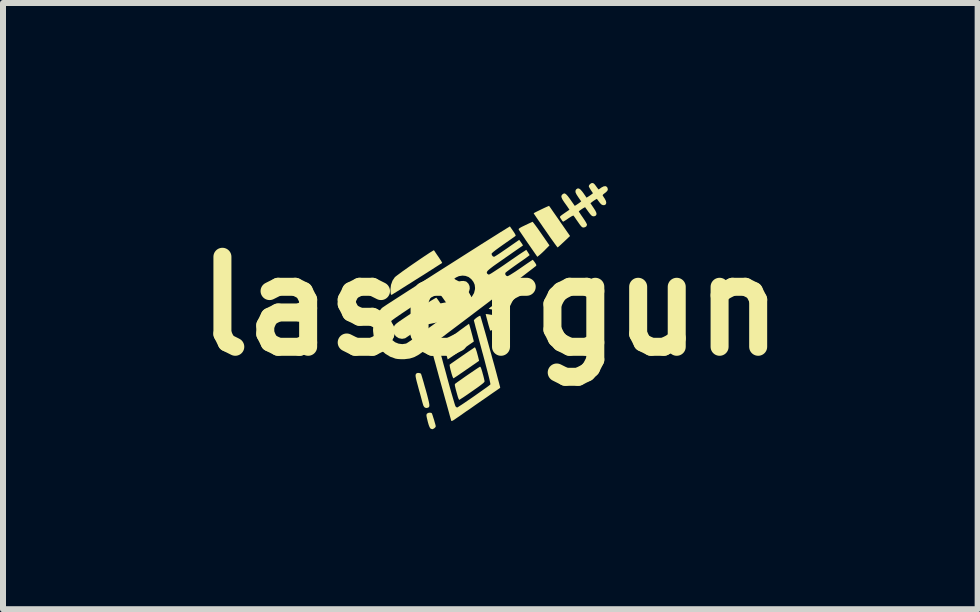
<source format=kicad_pcb>
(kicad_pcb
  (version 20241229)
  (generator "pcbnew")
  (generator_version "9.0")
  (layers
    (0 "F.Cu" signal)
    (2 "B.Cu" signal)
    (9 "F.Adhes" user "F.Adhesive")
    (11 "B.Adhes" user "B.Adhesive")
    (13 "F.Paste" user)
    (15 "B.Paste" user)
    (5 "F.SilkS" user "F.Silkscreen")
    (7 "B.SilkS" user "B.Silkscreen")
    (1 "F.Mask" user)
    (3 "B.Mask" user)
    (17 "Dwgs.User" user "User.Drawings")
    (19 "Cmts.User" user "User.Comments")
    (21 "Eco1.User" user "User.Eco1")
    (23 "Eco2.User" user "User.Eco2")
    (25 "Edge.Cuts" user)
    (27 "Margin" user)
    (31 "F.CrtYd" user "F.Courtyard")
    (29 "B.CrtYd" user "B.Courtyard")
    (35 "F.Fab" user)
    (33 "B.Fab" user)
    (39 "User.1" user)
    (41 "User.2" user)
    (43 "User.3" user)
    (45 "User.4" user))
  (footprint "lasergun"
    (layer "F.Cu")
    (at 5.121 2.051)
    (property "Reference" "lasergun" (at 0 0 0) (layer "F.SilkS") (effects (font (size 1.5 1.5) (thickness 0.3))))
    (attr board_only exclude_from_pos_files exclude_from_bom)
    (fp_poly (pts (xy -0.409 -0.411) (xy -0.395 -0.404) (xy -0.364 -0.373) (xy -0.346 -0.334) (xy -0.342 -0.292) (xy -0.352 -0.25) (xy -0.374 -0.214) (xy -0.406 -0.191) (xy -0.448 -0.178) (xy -0.489 -0.181) (xy -0.515 -0.19) (xy -0.547 -0.213) (xy -0.572 -0.247) (xy -0.585 -0.285) (xy -0.586 -0.296) (xy -0.579 -0.335) (xy -0.561 -0.373) (xy -0.536 -0.4) (xy -0.527 -0.406) (xy -0.49 -0.417) (xy -0.447 -0.419)) (stroke (width 0) (type solid)) (fill yes) (layer "F.SilkS"))
    (fp_poly (pts (xy -0.981 1.781) (xy -0.976 1.785) (xy -0.97 1.797) (xy -0.961 1.822) (xy -0.95 1.858) (xy -0.937 1.897) (xy -0.926 1.937) (xy -0.916 1.971) (xy -0.91 1.996) (xy -0.909 2.005) (xy -0.916 2.02) (xy -0.934 2.037) (xy -0.955 2.049) (xy -0.966 2.052) (xy -0.989 2.045) (xy -1 2.037) (xy -1.012 2.017) (xy -1.026 1.982) (xy -1.04 1.934) (xy -1.054 1.876) (xy -1.058 1.859) (xy -1.064 1.827) (xy -1.063 1.808) (xy -1.057 1.795) (xy -1.053 1.791) (xy -1.031 1.779) (xy -1.004 1.776)) (stroke (width 0) (type solid)) (fill yes) (layer "F.SilkS"))
    (fp_poly (pts (xy 0.711 -1.398) (xy 0.728 -1.377) (xy 0.753 -1.344) (xy 0.784 -1.302) (xy 0.819 -1.252) (xy 0.849 -1.209) (xy 0.986 -1.011) (xy 0.92 -0.944) (xy 0.887 -0.911) (xy 0.854 -0.88) (xy 0.827 -0.856) (xy 0.819 -0.849) (xy 0.784 -0.821) (xy 0.63 -1.043) (xy 0.589 -1.102) (xy 0.553 -1.156) (xy 0.521 -1.203) (xy 0.496 -1.24) (xy 0.479 -1.267) (xy 0.472 -1.279) (xy 0.472 -1.28) (xy 0.476 -1.289) (xy 0.494 -1.303) (xy 0.526 -1.321) (xy 0.576 -1.345) (xy 0.582 -1.348) (xy 0.626 -1.369) (xy 0.663 -1.386) (xy 0.69 -1.398) (xy 0.703 -1.405) (xy 0.704 -1.405)) (stroke (width 0) (type solid)) (fill yes) (layer "F.SilkS"))
    (fp_poly (pts (xy 0.98 -1.67) (xy 0.986 -1.661) (xy 1.003 -1.638) (xy 1.027 -1.603) (xy 1.058 -1.558) (xy 1.095 -1.505) (xy 1.137 -1.445) (xy 1.156 -1.417) (xy 1.329 -1.168) (xy 1.229 -1.073) (xy 1.192 -1.039) (xy 1.161 -1.01) (xy 1.137 -0.989) (xy 1.123 -0.978) (xy 1.122 -0.977) (xy 1.115 -0.985) (xy 1.098 -1.007) (xy 1.073 -1.041) (xy 1.041 -1.086) (xy 1.002 -1.14) (xy 0.96 -1.201) (xy 0.919 -1.26) (xy 0.873 -1.326) (xy 0.832 -1.386) (xy 0.795 -1.439) (xy 0.764 -1.484) (xy 0.741 -1.518) (xy 0.727 -1.539) (xy 0.723 -1.546) (xy 0.731 -1.552) (xy 0.753 -1.564) (xy 0.785 -1.58) (xy 0.824 -1.599) (xy 0.865 -1.619) (xy 0.905 -1.638) (xy 0.94 -1.654) (xy 0.966 -1.665) (xy 0.979 -1.67)) (stroke (width 0) (type solid)) (fill yes) (layer "F.SilkS"))
    (fp_poly (pts (xy -1.167 1.119) (xy -1.154 1.131) (xy -1.149 1.145) (xy -1.14 1.174) (xy -1.127 1.218) (xy -1.111 1.272) (xy -1.094 1.334) (xy -1.075 1.399) (xy -1.053 1.479) (xy -1.037 1.542) (xy -1.025 1.591) (xy -1.018 1.627) (xy -1.015 1.653) (xy -1.017 1.671) (xy -1.022 1.682) (xy -1.032 1.69) (xy -1.041 1.694) (xy -1.071 1.699) (xy -1.094 1.688) (xy -1.098 1.685) (xy -1.112 1.665) (xy -1.117 1.653) (xy -1.121 1.64) (xy -1.13 1.61) (xy -1.142 1.566) (xy -1.156 1.513) (xy -1.173 1.451) (xy -1.188 1.399) (xy -1.208 1.324) (xy -1.224 1.265) (xy -1.235 1.221) (xy -1.242 1.188) (xy -1.245 1.165) (xy -1.245 1.15) (xy -1.243 1.139) (xy -1.242 1.138) (xy -1.229 1.12) (xy -1.208 1.114) (xy -1.197 1.114)) (stroke (width 0) (type solid)) (fill yes) (layer "F.SilkS"))
    (fp_poly (pts (xy -0.351 0.307) (xy -0.343 0.332) (xy -0.333 0.368) (xy -0.321 0.41) (xy -0.309 0.456) (xy -0.297 0.5) (xy -0.287 0.54) (xy -0.279 0.57) (xy -0.275 0.588) (xy -0.275 0.591) (xy -0.285 0.598) (xy -0.308 0.614) (xy -0.342 0.637) (xy -0.383 0.666) (xy -0.431 0.698) (xy -0.48 0.733) (xy -0.53 0.767) (xy -0.577 0.8) (xy -0.619 0.828) (xy -0.653 0.851) (xy -0.676 0.867) (xy -0.685 0.873) (xy -0.71 0.889) (xy -0.747 0.752) (xy -0.76 0.704) (xy -0.771 0.662) (xy -0.778 0.631) (xy -0.781 0.614) (xy -0.781 0.612) (xy -0.761 0.596) (xy -0.731 0.573) (xy -0.692 0.543) (xy -0.646 0.509) (xy -0.597 0.472) (xy -0.547 0.435) (xy -0.498 0.398) (xy -0.452 0.365) (xy -0.413 0.336) (xy -0.382 0.314) (xy -0.362 0.3) (xy -0.355 0.296)) (stroke (width 0) (type solid)) (fill yes) (layer "F.SilkS"))
    (fp_poly (pts (xy -0.251 0.694) (xy -0.24 0.719) (xy -0.226 0.76) (xy -0.216 0.797) (xy -0.204 0.841) (xy -0.195 0.877) (xy -0.189 0.902) (xy -0.187 0.913) (xy -0.187 0.913) (xy -0.201 0.922) (xy -0.228 0.941) (xy -0.264 0.966) (xy -0.308 0.996) (xy -0.357 1.03) (xy -0.408 1.065) (xy -0.458 1.1) (xy -0.506 1.132) (xy -0.547 1.161) (xy -0.581 1.183) (xy -0.603 1.198) (xy -0.612 1.204) (xy -0.619 1.198) (xy -0.63 1.174) (xy -0.644 1.131) (xy -0.653 1.097) (xy -0.665 1.053) (xy -0.673 1.015) (xy -0.677 0.988) (xy -0.677 0.976) (xy -0.677 0.976) (xy -0.666 0.968) (xy -0.642 0.95) (xy -0.607 0.926) (xy -0.564 0.896) (xy -0.516 0.863) (xy -0.466 0.828) (xy -0.415 0.793) (xy -0.367 0.76) (xy -0.325 0.732) (xy -0.291 0.709) (xy -0.268 0.693) (xy -0.258 0.687)) (stroke (width 0) (type solid)) (fill yes) (layer "F.SilkS"))
    (fp_poly (pts (xy -0.165 1.013) (xy -0.156 1.028) (xy -0.146 1.057) (xy -0.132 1.103) (xy -0.129 1.116) (xy -0.116 1.162) (xy -0.106 1.202) (xy -0.099 1.234) (xy -0.096 1.249) (xy -0.096 1.258) (xy -0.102 1.268) (xy -0.115 1.281) (xy -0.135 1.298) (xy -0.166 1.322) (xy -0.208 1.353) (xy -0.264 1.392) (xy -0.301 1.418) (xy -0.357 1.457) (xy -0.408 1.492) (xy -0.452 1.522) (xy -0.487 1.544) (xy -0.509 1.559) (xy -0.518 1.563) (xy -0.525 1.554) (xy -0.534 1.532) (xy -0.541 1.512) (xy -0.56 1.445) (xy -0.574 1.394) (xy -0.583 1.357) (xy -0.589 1.331) (xy -0.591 1.315) (xy -0.591 1.304) (xy -0.588 1.298) (xy -0.585 1.294) (xy -0.572 1.285) (xy -0.547 1.266) (xy -0.511 1.241) (xy -0.467 1.21) (xy -0.419 1.176) (xy -0.368 1.141) (xy -0.318 1.107) (xy -0.271 1.075) (xy -0.231 1.048) (xy -0.199 1.027) (xy -0.178 1.014) (xy -0.173 1.01)) (stroke (width 0) (type solid)) (fill yes) (layer "F.SilkS"))
    (fp_poly (pts (xy -0.881 -0.117) (xy -0.859 -0.086) (xy -0.835 -0.05) (xy -0.812 -0.014) (xy -0.791 0.02) (xy -0.776 0.047) (xy -0.768 0.064) (xy -0.768 0.068) (xy -0.784 0.081) (xy -0.814 0.103) (xy -0.854 0.133) (xy -0.903 0.169) (xy -0.958 0.209) (xy -1.019 0.253) (xy -1.081 0.298) (xy -1.145 0.343) (xy -1.206 0.387) (xy -1.264 0.428) (xy -1.315 0.465) (xy -1.359 0.496) (xy -1.393 0.519) (xy -1.414 0.533) (xy -1.421 0.537) (xy -1.471 0.546) (xy -1.523 0.536) (xy -1.529 0.533) (xy -1.572 0.505) (xy -1.602 0.465) (xy -1.616 0.418) (xy -1.614 0.368) (xy -1.604 0.34) (xy -1.599 0.329) (xy -1.592 0.318) (xy -1.581 0.306) (xy -1.566 0.292) (xy -1.544 0.275) (xy -1.514 0.253) (xy -1.474 0.226) (xy -1.424 0.192) (xy -1.361 0.15) (xy -1.284 0.1) (xy -1.246 0.075) (xy -1.173 0.027) (xy -1.105 -0.016) (xy -1.044 -0.055) (xy -0.991 -0.088) (xy -0.949 -0.113) (xy -0.918 -0.131) (xy -0.902 -0.139) (xy -0.899 -0.14)) (stroke (width 0) (type solid)) (fill yes) (layer "F.SilkS"))
    (fp_poly (pts (xy -0.939 -0.93) (xy -0.931 -0.919) (xy -0.915 -0.895) (xy -0.893 -0.862) (xy -0.866 -0.823) (xy -0.865 -0.822) (xy -0.84 -0.784) (xy -0.819 -0.752) (xy -0.806 -0.729) (xy -0.802 -0.719) (xy -0.802 -0.719) (xy -0.811 -0.713) (xy -0.835 -0.698) (xy -0.871 -0.675) (xy -0.918 -0.645) (xy -0.974 -0.609) (xy -1.037 -0.569) (xy -1.104 -0.526) (xy -1.176 -0.481) (xy -1.248 -0.436) (xy -1.32 -0.39) (xy -1.389 -0.347) (xy -1.454 -0.306) (xy -1.512 -0.269) (xy -1.562 -0.238) (xy -1.603 -0.213) (xy -1.631 -0.195) (xy -1.645 -0.186) (xy -1.646 -0.186) (xy -1.654 -0.193) (xy -1.657 -0.197) (xy -1.66 -0.212) (xy -1.663 -0.241) (xy -1.664 -0.276) (xy -1.664 -0.278) (xy -1.655 -0.353) (xy -1.63 -0.423) (xy -1.591 -0.481) (xy -1.577 -0.493) (xy -1.55 -0.514) (xy -1.512 -0.542) (xy -1.465 -0.577) (xy -1.411 -0.615) (xy -1.352 -0.657) (xy -1.29 -0.7) (xy -1.227 -0.743) (xy -1.166 -0.785) (xy -1.108 -0.824) (xy -1.055 -0.859) (xy -1.01 -0.889) (xy -0.974 -0.911) (xy -0.95 -0.926) (xy -0.939 -0.93)) (stroke (width 0) (type solid)) (fill yes) (layer "F.SilkS"))
    (fp_poly (pts (xy 0.221 -0.105) (xy 0.235 -0.084) (xy 0.251 -0.051) (xy 0.254 -0.046) (xy 0.272 -0.006) (xy 0.28 0.029) (xy 0.283 0.07) (xy 0.283 0.077) (xy 0.28 0.132) (xy 0.269 0.178) (xy 0.249 0.219) (xy 0.218 0.258) (xy 0.174 0.298) (xy 0.114 0.343) (xy 0.103 0.35) (xy 0.06 0.379) (xy 0.031 0.398) (xy 0.012 0.407) (xy 0.001 0.409) (xy -0.003 0.404) (xy -0.004 0.403) (xy -0.015 0.364) (xy -0.028 0.32) (xy -0.041 0.272) (xy -0.053 0.227) (xy -0.064 0.186) (xy -0.072 0.154) (xy -0.076 0.136) (xy -0.076 0.132) (xy -0.066 0.133) (xy -0.04 0.136) (xy -0.003 0.142) (xy 0.041 0.149) (xy 0.097 0.158) (xy 0.137 0.162) (xy 0.163 0.16) (xy 0.178 0.152) (xy 0.184 0.137) (xy 0.186 0.121) (xy 0.183 0.106) (xy 0.174 0.095) (xy 0.154 0.085) (xy 0.122 0.076) (xy 0.074 0.066) (xy 0.059 0.064) (xy 0.022 0.056) (xy -0.008 0.05) (xy -0.024 0.046) (xy -0.026 0.045) (xy -0.02 0.039) (xy -0.001 0.022) (xy 0.029 -0.001) (xy 0.066 -0.03) (xy 0.083 -0.043) (xy 0.13 -0.078) (xy 0.164 -0.102) (xy 0.189 -0.114) (xy 0.207 -0.115)) (stroke (width 0) (type solid)) (fill yes) (layer "F.SilkS"))
    (fp_poly (pts (xy -0.167 0.162) (xy -0.163 0.173) (xy -0.154 0.201) (xy -0.142 0.243) (xy -0.126 0.298) (xy -0.107 0.364) (xy -0.085 0.44) (xy -0.062 0.522) (xy -0.038 0.609) (xy -0.013 0.7) (xy 0.013 0.792) (xy 0.038 0.884) (xy 0.063 0.972) (xy 0.086 1.057) (xy 0.107 1.135) (xy 0.125 1.204) (xy 0.141 1.263) (xy 0.153 1.31) (xy 0.162 1.343) (xy 0.165 1.36) (xy 0.165 1.361) (xy 0.157 1.368) (xy 0.134 1.384) (xy 0.098 1.409) (xy 0.051 1.441) (xy -0.005 1.48) (xy -0.069 1.525) (xy -0.139 1.573) (xy -0.181 1.602) (xy -0.256 1.654) (xy -0.328 1.705) (xy -0.396 1.751) (xy -0.457 1.794) (xy -0.508 1.83) (xy -0.549 1.858) (xy -0.577 1.877) (xy -0.584 1.882) (xy -0.618 1.905) (xy -0.64 1.915) (xy -0.649 1.914) (xy -0.65 1.913) (xy -0.654 1.9) (xy -0.662 1.87) (xy -0.675 1.826) (xy -0.69 1.77) (xy -0.709 1.702) (xy -0.73 1.626) (xy -0.753 1.544) (xy -0.777 1.457) (xy -0.802 1.367) (xy -0.827 1.277) (xy -0.852 1.188) (xy -0.875 1.102) (xy -0.897 1.022) (xy -0.917 0.948) (xy -0.935 0.885) (xy -0.949 0.832) (xy -0.959 0.793) (xy -0.966 0.769) (xy -0.967 0.762) (xy -0.96 0.75) (xy -0.942 0.734) (xy -0.918 0.715) (xy -0.893 0.699) (xy -0.872 0.688) (xy -0.86 0.686) (xy -0.859 0.687) (xy -0.855 0.698) (xy -0.847 0.727) (xy -0.834 0.77) (xy -0.818 0.828) (xy -0.799 0.896) (xy -0.778 0.975) (xy -0.754 1.061) (xy -0.729 1.153) (xy -0.723 1.177) (xy -0.697 1.271) (xy -0.673 1.359) (xy -0.65 1.44) (xy -0.629 1.512) (xy -0.611 1.573) (xy -0.597 1.621) (xy -0.586 1.655) (xy -0.579 1.672) (xy -0.578 1.673) (xy -0.562 1.687) (xy -0.552 1.69) (xy -0.541 1.685) (xy -0.517 1.669) (xy -0.481 1.646) (xy -0.436 1.616) (xy -0.385 1.581) (xy -0.329 1.543) (xy -0.271 1.503) (xy -0.213 1.462) (xy -0.158 1.423) (xy -0.107 1.387) (xy -0.063 1.356) (xy -0.029 1.331) (xy -0.007 1.313) (xy 0.002 1.305) (xy 0.001 1.293) (xy -0.005 1.263) (xy -0.015 1.218) (xy -0.03 1.157) (xy -0.049 1.083) (xy -0.072 0.996) (xy -0.097 0.899) (xy -0.126 0.792) (xy -0.132 0.771) (xy -0.158 0.673) (xy -0.183 0.581) (xy -0.206 0.496) (xy -0.226 0.42) (xy -0.244 0.356) (xy -0.257 0.303) (xy -0.267 0.265) (xy -0.273 0.243) (xy -0.274 0.238) (xy -0.266 0.226) (xy -0.248 0.209) (xy -0.224 0.19) (xy -0.199 0.174) (xy -0.178 0.163) (xy -0.167 0.162)) (stroke (width 0) (type solid)) (fill yes) (layer "F.SilkS"))
    (fp_poly (pts (xy 1.713 -2.049) (xy 1.727 -2.041) (xy 1.744 -2.023) (xy 1.767 -1.992) (xy 1.768 -1.99) (xy 1.786 -1.966) (xy 1.799 -1.949) (xy 1.804 -1.944) (xy 1.813 -1.949) (xy 1.833 -1.962) (xy 1.85 -1.975) (xy 1.889 -1.995) (xy 1.92 -1.999) (xy 1.944 -1.986) (xy 1.954 -1.968) (xy 1.959 -1.943) (xy 1.95 -1.92) (xy 1.926 -1.896) (xy 1.906 -1.881) (xy 1.883 -1.863) (xy 1.873 -1.848) (xy 1.873 -1.843) (xy 1.882 -1.829) (xy 1.897 -1.805) (xy 1.907 -1.791) (xy 1.927 -1.752) (xy 1.933 -1.719) (xy 1.925 -1.696) (xy 1.904 -1.683) (xy 1.879 -1.682) (xy 1.857 -1.69) (xy 1.833 -1.712) (xy 1.814 -1.736) (xy 1.776 -1.787) (xy 1.747 -1.771) (xy 1.718 -1.752) (xy 1.694 -1.734) (xy 1.669 -1.714) (xy 1.723 -1.634) (xy 1.751 -1.59) (xy 1.766 -1.558) (xy 1.771 -1.534) (xy 1.764 -1.516) (xy 1.753 -1.504) (xy 1.734 -1.497) (xy 1.713 -1.496) (xy 1.696 -1.502) (xy 1.678 -1.517) (xy 1.655 -1.545) (xy 1.636 -1.57) (xy 1.613 -1.602) (xy 1.594 -1.628) (xy 1.583 -1.644) (xy 1.581 -1.647) (xy 1.571 -1.644) (xy 1.551 -1.633) (xy 1.526 -1.617) (xy 1.502 -1.6) (xy 1.483 -1.586) (xy 1.475 -1.577) (xy 1.475 -1.576) (xy 1.48 -1.567) (xy 1.495 -1.545) (xy 1.516 -1.513) (xy 1.542 -1.476) (xy 1.544 -1.473) (xy 1.57 -1.434) (xy 1.592 -1.399) (xy 1.606 -1.372) (xy 1.612 -1.357) (xy 1.612 -1.357) (xy 1.603 -1.332) (xy 1.581 -1.315) (xy 1.553 -1.309) (xy 1.54 -1.311) (xy 1.527 -1.318) (xy 1.511 -1.334) (xy 1.49 -1.361) (xy 1.462 -1.401) (xy 1.46 -1.404) (xy 1.433 -1.442) (xy 1.411 -1.475) (xy 1.394 -1.498) (xy 1.387 -1.508) (xy 1.376 -1.506) (xy 1.353 -1.495) (xy 1.323 -1.476) (xy 1.301 -1.462) (xy 1.267 -1.438) (xy 1.238 -1.42) (xy 1.22 -1.409) (xy 1.215 -1.407) (xy 1.204 -1.414) (xy 1.193 -1.429) (xy 1.176 -1.455) (xy 1.166 -1.471) (xy 1.161 -1.481) (xy 1.162 -1.49) (xy 1.172 -1.502) (xy 1.192 -1.518) (xy 1.226 -1.542) (xy 1.236 -1.549) (xy 1.319 -1.606) (xy 1.303 -1.63) (xy 1.29 -1.649) (xy 1.27 -1.678) (xy 1.245 -1.713) (xy 1.234 -1.728) (xy 1.205 -1.772) (xy 1.189 -1.805) (xy 1.184 -1.829) (xy 1.19 -1.848) (xy 1.2 -1.86) (xy 1.217 -1.872) (xy 1.233 -1.878) (xy 1.249 -1.873) (xy 1.269 -1.858) (xy 1.293 -1.831) (xy 1.324 -1.79) (xy 1.358 -1.741) (xy 1.408 -1.67) (xy 1.434 -1.686) (xy 1.461 -1.704) (xy 1.488 -1.723) (xy 1.515 -1.745) (xy 1.466 -1.815) (xy 1.437 -1.86) (xy 1.421 -1.894) (xy 1.419 -1.92) (xy 1.428 -1.941) (xy 1.436 -1.949) (xy 1.457 -1.961) (xy 1.478 -1.959) (xy 1.503 -1.942) (xy 1.532 -1.909) (xy 1.553 -1.881) (xy 1.604 -1.807) (xy 1.632 -1.824) (xy 1.661 -1.843) (xy 1.686 -1.861) (xy 1.711 -1.881) (xy 1.676 -1.933) (xy 1.658 -1.962) (xy 1.645 -1.986) (xy 1.641 -1.999) (xy 1.649 -2.018) (xy 1.667 -2.037) (xy 1.689 -2.05) (xy 1.697 -2.051)) (stroke (width 0) (type solid)) (fill yes) (layer "F.SilkS"))
    (fp_poly (pts (xy 0.379 -1.253) (xy 0.404 -1.216) (xy 0.419 -1.188) (xy 0.423 -1.172) (xy 0.422 -1.17) (xy 0.412 -1.163) (xy 0.388 -1.145) (xy 0.352 -1.12) (xy 0.308 -1.089) (xy 0.256 -1.053) (xy 0.219 -1.027) (xy 0.146 -0.975) (xy 0.09 -0.934) (xy 0.051 -0.903) (xy 0.028 -0.882) (xy 0.021 -0.872) (xy 0.026 -0.85) (xy 0.041 -0.83) (xy 0.061 -0.821) (xy 0.062 -0.821) (xy 0.073 -0.826) (xy 0.098 -0.841) (xy 0.134 -0.864) (xy 0.179 -0.894) (xy 0.231 -0.93) (xy 0.278 -0.962) (xy 0.482 -1.104) (xy 0.515 -1.058) (xy 0.532 -1.033) (xy 0.542 -1.016) (xy 0.544 -1.01) (xy 0.536 -1.004) (xy 0.513 -0.988) (xy 0.478 -0.964) (xy 0.432 -0.932) (xy 0.377 -0.894) (xy 0.316 -0.851) (xy 0.248 -0.804) (xy 0.244 -0.801) (xy 0.164 -0.745) (xy 0.098 -0.699) (xy 0.046 -0.662) (xy 0.007 -0.632) (xy -0.022 -0.608) (xy -0.042 -0.59) (xy -0.053 -0.575) (xy -0.058 -0.563) (xy -0.057 -0.552) (xy -0.052 -0.542) (xy -0.05 -0.539) (xy -0.035 -0.528) (xy -0.023 -0.525) (xy -0.011 -0.53) (xy 0.016 -0.545) (xy 0.055 -0.57) (xy 0.104 -0.602) (xy 0.162 -0.64) (xy 0.227 -0.684) (xy 0.296 -0.732) (xy 0.364 -0.779) (xy 0.427 -0.822) (xy 0.482 -0.86) (xy 0.529 -0.891) (xy 0.566 -0.915) (xy 0.59 -0.931) (xy 0.6 -0.937) (xy 0.6 -0.937) (xy 0.611 -0.921) (xy 0.626 -0.898) (xy 0.641 -0.874) (xy 0.652 -0.856) (xy 0.655 -0.849) (xy 0.647 -0.842) (xy 0.625 -0.825) (xy 0.592 -0.801) (xy 0.549 -0.77) (xy 0.498 -0.735) (xy 0.455 -0.705) (xy 0.4 -0.666) (xy 0.35 -0.63) (xy 0.308 -0.599) (xy 0.276 -0.575) (xy 0.256 -0.558) (xy 0.25 -0.551) (xy 0.25 -0.528) (xy 0.264 -0.507) (xy 0.286 -0.498) (xy 0.287 -0.498) (xy 0.301 -0.504) (xy 0.329 -0.519) (xy 0.369 -0.544) (xy 0.418 -0.575) (xy 0.474 -0.613) (xy 0.506 -0.635) (xy 0.561 -0.673) (xy 0.61 -0.707) (xy 0.652 -0.735) (xy 0.683 -0.756) (xy 0.703 -0.769) (xy 0.708 -0.772) (xy 0.715 -0.764) (xy 0.73 -0.745) (xy 0.743 -0.727) (xy 0.76 -0.701) (xy 0.767 -0.685) (xy 0.766 -0.675) (xy 0.756 -0.664) (xy 0.745 -0.656) (xy 0.72 -0.636) (xy 0.682 -0.607) (xy 0.631 -0.568) (xy 0.57 -0.521) (xy 0.499 -0.467) (xy 0.419 -0.406) (xy 0.332 -0.34) (xy 0.238 -0.269) (xy 0.14 -0.194) (xy 0.037 -0.116) (xy -0.068 -0.036) (xy -0.175 0.045) (xy -0.282 0.126) (xy -0.389 0.207) (xy -0.494 0.286) (xy -0.596 0.363) (xy -0.693 0.436) (xy -0.785 0.506) (xy -0.871 0.57) (xy -0.949 0.629) (xy -1.018 0.681) (xy -1.077 0.725) (xy -1.124 0.761) (xy -1.16 0.787) (xy -1.182 0.803) (xy -1.187 0.807) (xy -1.262 0.848) (xy -1.341 0.874) (xy -1.43 0.885) (xy -1.441 0.885) (xy -1.493 0.885) (xy -1.541 0.882) (xy -1.579 0.876) (xy -1.579 0.876) (xy -1.668 0.844) (xy -1.748 0.795) (xy -1.808 0.743) (xy -1.87 0.671) (xy -1.915 0.595) (xy -1.942 0.512) (xy -1.953 0.419) (xy -1.954 0.396) (xy -1.704 0.396) (xy -1.696 0.461) (xy -1.672 0.518) (xy -1.634 0.566) (xy -1.586 0.603) (xy -1.529 0.626) (xy -1.466 0.634) (xy -1.405 0.625) (xy -1.391 0.618) (xy -1.363 0.6) (xy -1.324 0.574) (xy -1.276 0.541) (xy -1.219 0.501) (xy -1.157 0.458) (xy -1.091 0.411) (xy -1.024 0.363) (xy -0.957 0.315) (xy -0.893 0.268) (xy -0.833 0.224) (xy -0.779 0.184) (xy -0.734 0.15) (xy -0.699 0.124) (xy -0.677 0.105) (xy -0.676 0.104) (xy -0.661 0.084) (xy -0.658 0.066) (xy -0.666 0.05) (xy -0.682 0.022) (xy -0.706 -0.014) (xy -0.735 -0.056) (xy -0.766 -0.1) (xy -0.797 -0.144) (xy -0.827 -0.184) (xy -0.852 -0.217) (xy -0.871 -0.24) (xy -0.882 -0.25) (xy -0.882 -0.25) (xy -0.893 -0.247) (xy -0.917 -0.235) (xy -0.954 -0.214) (xy -1.005 -0.183) (xy -1.07 -0.143) (xy -1.15 -0.091) (xy -1.245 -0.029) (xy -1.258 -0.021) (xy -1.334 0.029) (xy -1.406 0.077) (xy -1.472 0.121) (xy -1.529 0.16) (xy -1.577 0.193) (xy -1.613 0.219) (xy -1.636 0.236) (xy -1.643 0.241) (xy -1.679 0.291) (xy -1.699 0.347) (xy -1.704 0.396) (xy -1.954 0.396) (xy -1.954 0.39) (xy -1.945 0.291) (xy -1.918 0.199) (xy -1.874 0.115) (xy -1.814 0.04) (xy -1.801 0.028) (xy -1.79 0.02) (xy -1.763 0.002) (xy -1.723 -0.025) (xy -1.669 -0.06) (xy -1.604 -0.102) (xy -1.528 -0.151) (xy -1.444 -0.205) (xy -1.351 -0.265) (xy -1.316 -0.287) (xy -0.673 -0.287) (xy -0.66 -0.231) (xy -0.655 -0.22) (xy -0.618 -0.163) (xy -0.572 -0.121) (xy -0.518 -0.096) (xy -0.458 -0.089) (xy -0.4 -0.099) (xy -0.345 -0.125) (xy -0.301 -0.166) (xy -0.271 -0.217) (xy -0.256 -0.277) (xy -0.254 -0.301) (xy -0.26 -0.355) (xy -0.281 -0.403) (xy -0.316 -0.448) (xy -0.361 -0.484) (xy -0.413 -0.503) (xy -0.463 -0.508) (xy -0.523 -0.499) (xy -0.575 -0.475) (xy -0.618 -0.439) (xy -0.65 -0.394) (xy -0.669 -0.342) (xy -0.673 -0.287) (xy -1.316 -0.287) (xy -1.251 -0.329) (xy -1.146 -0.396) (xy -1.036 -0.466) (xy -0.924 -0.538) (xy -0.809 -0.611) (xy -0.694 -0.684) (xy -0.579 -0.757) (xy -0.466 -0.829) (xy -0.356 -0.899) (xy -0.25 -0.966) (xy -0.15 -1.03) (xy -0.056 -1.089) (xy 0.03 -1.143) (xy 0.108 -1.192) (xy 0.174 -1.234) (xy 0.23 -1.268) (xy 0.273 -1.295) (xy 0.298 -1.31) (xy 0.327 -1.328)) (stroke (width 0) (type solid)) (fill yes) (layer "F.SilkS")))
  (gr_rect
    (start -3 -3)
    (end 13.243 7.103)
    (stroke (width 0.1) (type default))
    (fill no)
    (layer "Edge.Cuts")))
</source>
